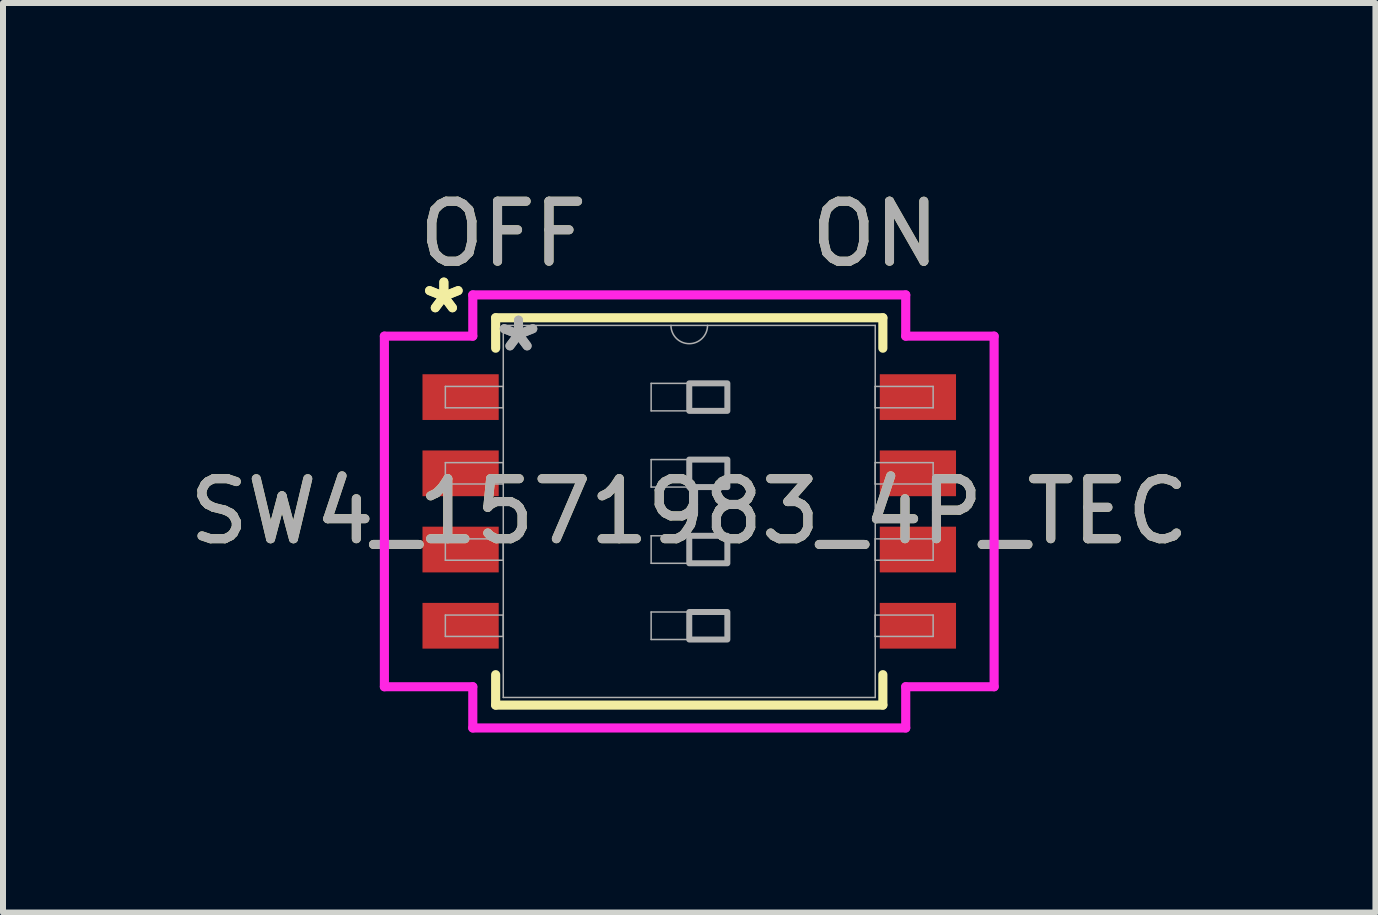
<source format=kicad_pcb>
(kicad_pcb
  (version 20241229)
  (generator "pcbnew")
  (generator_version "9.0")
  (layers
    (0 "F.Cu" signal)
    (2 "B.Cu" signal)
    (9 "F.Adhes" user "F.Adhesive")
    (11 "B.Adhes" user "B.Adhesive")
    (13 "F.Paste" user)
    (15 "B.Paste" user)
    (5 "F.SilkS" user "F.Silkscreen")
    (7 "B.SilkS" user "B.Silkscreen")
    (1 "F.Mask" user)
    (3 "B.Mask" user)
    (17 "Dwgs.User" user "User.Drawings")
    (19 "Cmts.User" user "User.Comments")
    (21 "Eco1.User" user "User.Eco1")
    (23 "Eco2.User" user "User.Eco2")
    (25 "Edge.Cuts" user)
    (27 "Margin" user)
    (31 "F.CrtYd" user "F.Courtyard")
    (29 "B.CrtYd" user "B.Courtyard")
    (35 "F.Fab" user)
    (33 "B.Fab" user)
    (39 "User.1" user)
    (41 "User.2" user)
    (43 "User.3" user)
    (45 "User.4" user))
  (footprint "SW4_1571983_4P_TEC"
    (layer "F.Cu")
    (at 8.435 5.472)
    (property "Reference" "SW4_1571983_4P_TEC" (at 0 0 0) (unlocked yes) (layer "F.SilkS") (effects (font (size 1 1) (thickness 0.15))))
    (attr smd)
    (fp_line (start -3.226 -3.227) (end -3.226 -2.72) (stroke (width 0.152) (type solid)) (layer "F.SilkS"))
    (fp_line (start -3.226 2.72) (end -3.226 3.227) (stroke (width 0.152) (type solid)) (layer "F.SilkS"))
    (fp_line (start -3.226 3.227) (end 3.226 3.227) (stroke (width 0.152) (type solid)) (layer "F.SilkS"))
    (fp_line (start 3.226 -3.227) (end -3.226 -3.227) (stroke (width 0.152) (type solid)) (layer "F.SilkS"))
    (fp_line (start 3.226 -2.72) (end 3.226 -3.227) (stroke (width 0.152) (type solid)) (layer "F.SilkS"))
    (fp_line (start 3.226 3.227) (end 3.226 2.72) (stroke (width 0.152) (type solid)) (layer "F.SilkS"))
    (fp_line (start -5.08 -2.921) (end -3.607 -2.921) (stroke (width 0.152) (type solid)) (layer "F.CrtYd"))
    (fp_line (start -5.08 2.921) (end -5.08 -2.921) (stroke (width 0.152) (type solid)) (layer "F.CrtYd"))
    (fp_line (start -3.607 -3.608) (end 3.607 -3.608) (stroke (width 0.152) (type solid)) (layer "F.CrtYd"))
    (fp_line (start -3.607 -2.921) (end -3.607 -3.608) (stroke (width 0.152) (type solid)) (layer "F.CrtYd"))
    (fp_line (start -3.607 2.921) (end -5.08 2.921) (stroke (width 0.152) (type solid)) (layer "F.CrtYd"))
    (fp_line (start -3.607 3.608) (end -3.607 2.921) (stroke (width 0.152) (type solid)) (layer "F.CrtYd"))
    (fp_line (start 3.607 -3.608) (end 3.607 -2.921) (stroke (width 0.152) (type solid)) (layer "F.CrtYd"))
    (fp_line (start 3.607 -2.921) (end 5.08 -2.921) (stroke (width 0.152) (type solid)) (layer "F.CrtYd"))
    (fp_line (start 3.607 2.921) (end 3.607 3.608) (stroke (width 0.152) (type solid)) (layer "F.CrtYd"))
    (fp_line (start 3.607 3.608) (end -3.607 3.608) (stroke (width 0.152) (type solid)) (layer "F.CrtYd"))
    (fp_line (start 5.08 -2.921) (end 5.08 2.921) (stroke (width 0.152) (type solid)) (layer "F.CrtYd"))
    (fp_line (start 5.08 2.921) (end 3.607 2.921) (stroke (width 0.152) (type solid)) (layer "F.CrtYd"))
    (fp_line (start -4.064 -2.083) (end -4.064 -1.727) (stroke (width 0.025) (type solid)) (layer "F.Fab"))
    (fp_line (start -4.064 -1.727) (end -3.099 -1.727) (stroke (width 0.025) (type solid)) (layer "F.Fab"))
    (fp_line (start -4.064 -0.813) (end -4.064 -0.457) (stroke (width 0.025) (type solid)) (layer "F.Fab"))
    (fp_line (start -4.064 -0.457) (end -3.099 -0.457) (stroke (width 0.025) (type solid)) (layer "F.Fab"))
    (fp_line (start -4.064 0.457) (end -4.064 0.813) (stroke (width 0.025) (type solid)) (layer "F.Fab"))
    (fp_line (start -4.064 0.813) (end -3.099 0.813) (stroke (width 0.025) (type solid)) (layer "F.Fab"))
    (fp_line (start -4.064 1.727) (end -4.064 2.083) (stroke (width 0.025) (type solid)) (layer "F.Fab"))
    (fp_line (start -4.064 2.083) (end -3.099 2.083) (stroke (width 0.025) (type solid)) (layer "F.Fab"))
    (fp_line (start -3.099 -3.1) (end -3.099 3.1) (stroke (width 0.025) (type solid)) (layer "F.Fab"))
    (fp_line (start -3.099 -2.083) (end -4.064 -2.083) (stroke (width 0.025) (type solid)) (layer "F.Fab"))
    (fp_line (start -3.099 -1.727) (end -3.099 -2.083) (stroke (width 0.025) (type solid)) (layer "F.Fab"))
    (fp_line (start -3.099 -0.813) (end -4.064 -0.813) (stroke (width 0.025) (type solid)) (layer "F.Fab"))
    (fp_line (start -3.099 -0.457) (end -3.099 -0.813) (stroke (width 0.025) (type solid)) (layer "F.Fab"))
    (fp_line (start -3.099 0.457) (end -4.064 0.457) (stroke (width 0.025) (type solid)) (layer "F.Fab"))
    (fp_line (start -3.099 0.813) (end -3.099 0.457) (stroke (width 0.025) (type solid)) (layer "F.Fab"))
    (fp_line (start -3.099 1.727) (end -4.064 1.727) (stroke (width 0.025) (type solid)) (layer "F.Fab"))
    (fp_line (start -3.099 2.083) (end -3.099 1.727) (stroke (width 0.025) (type solid)) (layer "F.Fab"))
    (fp_line (start -3.099 3.1) (end 3.099 3.1) (stroke (width 0.025) (type solid)) (layer "F.Fab"))
    (fp_line (start -0.635 -2.134) (end 0.635 -2.134) (stroke (width 0.025) (type solid)) (layer "F.Fab"))
    (fp_line (start -0.635 -1.676) (end -0.635 -2.134) (stroke (width 0.025) (type solid)) (layer "F.Fab"))
    (fp_line (start -0.635 -0.864) (end 0.635 -0.864) (stroke (width 0.025) (type solid)) (layer "F.Fab"))
    (fp_line (start -0.635 -0.406) (end -0.635 -0.864) (stroke (width 0.025) (type solid)) (layer "F.Fab"))
    (fp_line (start -0.635 0.406) (end 0.635 0.406) (stroke (width 0.025) (type solid)) (layer "F.Fab"))
    (fp_line (start -0.635 0.864) (end -0.635 0.406) (stroke (width 0.025) (type solid)) (layer "F.Fab"))
    (fp_line (start -0.635 1.676) (end 0.635 1.676) (stroke (width 0.025) (type solid)) (layer "F.Fab"))
    (fp_line (start -0.635 2.134) (end -0.635 1.676) (stroke (width 0.025) (type solid)) (layer "F.Fab"))
    (fp_line (start 0.635 -2.134) (end 0.635 -1.676) (stroke (width 0.025) (type solid)) (layer "F.Fab"))
    (fp_line (start 0.635 -1.676) (end -0.635 -1.676) (stroke (width 0.025) (type solid)) (layer "F.Fab"))
    (fp_line (start 0.635 -0.864) (end 0.635 -0.406) (stroke (width 0.025) (type solid)) (layer "F.Fab"))
    (fp_line (start 0.635 -0.406) (end -0.635 -0.406) (stroke (width 0.025) (type solid)) (layer "F.Fab"))
    (fp_line (start 0.635 0.406) (end 0.635 0.864) (stroke (width 0.025) (type solid)) (layer "F.Fab"))
    (fp_line (start 0.635 0.864) (end -0.635 0.864) (stroke (width 0.025) (type solid)) (layer "F.Fab"))
    (fp_line (start 0.635 1.676) (end 0.635 2.134) (stroke (width 0.025) (type solid)) (layer "F.Fab"))
    (fp_line (start 0.635 2.134) (end -0.635 2.134) (stroke (width 0.025) (type solid)) (layer "F.Fab"))
    (fp_line (start 3.099 -3.1) (end -3.099 -3.1) (stroke (width 0.025) (type solid)) (layer "F.Fab"))
    (fp_line (start 3.099 -2.083) (end 3.099 -1.727) (stroke (width 0.025) (type solid)) (layer "F.Fab"))
    (fp_line (start 3.099 -1.727) (end 4.064 -1.727) (stroke (width 0.025) (type solid)) (layer "F.Fab"))
    (fp_line (start 3.099 -0.813) (end 3.099 -0.457) (stroke (width 0.025) (type solid)) (layer "F.Fab"))
    (fp_line (start 3.099 -0.457) (end 4.064 -0.457) (stroke (width 0.025) (type solid)) (layer "F.Fab"))
    (fp_line (start 3.099 0.457) (end 3.099 0.813) (stroke (width 0.025) (type solid)) (layer "F.Fab"))
    (fp_line (start 3.099 0.813) (end 4.064 0.813) (stroke (width 0.025) (type solid)) (layer "F.Fab"))
    (fp_line (start 3.099 1.727) (end 3.099 2.083) (stroke (width 0.025) (type solid)) (layer "F.Fab"))
    (fp_line (start 3.099 2.083) (end 4.064 2.083) (stroke (width 0.025) (type solid)) (layer "F.Fab"))
    (fp_line (start 3.099 3.1) (end 3.099 -3.1) (stroke (width 0.025) (type solid)) (layer "F.Fab"))
    (fp_line (start 4.064 -2.083) (end 3.099 -2.083) (stroke (width 0.025) (type solid)) (layer "F.Fab"))
    (fp_line (start 4.064 -1.727) (end 4.064 -2.083) (stroke (width 0.025) (type solid)) (layer "F.Fab"))
    (fp_line (start 4.064 -0.813) (end 3.099 -0.813) (stroke (width 0.025) (type solid)) (layer "F.Fab"))
    (fp_line (start 4.064 -0.457) (end 4.064 -0.813) (stroke (width 0.025) (type solid)) (layer "F.Fab"))
    (fp_line (start 4.064 0.457) (end 3.099 0.457) (stroke (width 0.025) (type solid)) (layer "F.Fab"))
    (fp_line (start 4.064 0.813) (end 4.064 0.457) (stroke (width 0.025) (type solid)) (layer "F.Fab"))
    (fp_line (start 4.064 1.727) (end 3.099 1.727) (stroke (width 0.025) (type solid)) (layer "F.Fab"))
    (fp_line (start 4.064 2.083) (end 4.064 1.727) (stroke (width 0.025) (type solid)) (layer "F.Fab"))
    (fp_arc (start 0.3048 -3.099999) (mid 0 -2.795199) (end -0.3048 -3.099999) (stroke (width 0.0254) (type solid)) (layer "F.Fab"))
    (fp_poly (pts (xy 0 -2.134) (xy 0.635 -2.134) (xy 0.635 -1.676) (xy 0 -1.676)) (stroke (width 0.1) (type solid)) (fill no) (layer "F.Fab"))
    (fp_poly (pts (xy 0 -0.864) (xy 0.635 -0.864) (xy 0.635 -0.406) (xy 0 -0.406)) (stroke (width 0.1) (type solid)) (fill no) (layer "F.Fab"))
    (fp_poly (pts (xy 0 0.406) (xy 0.635 0.406) (xy 0.635 0.864) (xy 0 0.864)) (stroke (width 0.1) (type solid)) (fill no) (layer "F.Fab"))
    (fp_poly (pts (xy 0 1.676) (xy 0.635 1.676) (xy 0.635 2.134) (xy 0 2.134)) (stroke (width 0.1) (type solid)) (fill no) (layer "F.Fab"))
    (fp_text user "ON" (at 3.099 -4.624 0) (unlocked yes) (layer "F.SilkS") (effects (font (size 1 1) (thickness 0.15))))
    (fp_text user "*" (at -4.089 -3.277 0) (unlocked yes) (layer "F.SilkS") (effects (font (size 1 1) (thickness 0.15))))
    (fp_text user "*" (at -4.089 -3.277 0) (layer "F.SilkS") (effects (font (size 1 1) (thickness 0.15))))
    (fp_text user "OFF" (at -3.099 -4.624 0) (unlocked yes) (layer "F.SilkS") (effects (font (size 1 1) (thickness 0.15))))
    (fp_text user "OFF" (at -3.099 -4.624 0) (unlocked yes) (layer "F.Fab") (effects (font (size 1 1) (thickness 0.15))))
    (fp_text user "${REFERENCE}" (at 0 0 0) (unlocked yes) (layer "F.Fab") (effects (font (size 1 1) (thickness 0.15))))
    (fp_text user "*" (at -2.845 -2.642 0) (layer "F.Fab") (effects (font (size 1 1) (thickness 0.15))))
    (fp_text user "ON" (at 3.099 -4.624 0) (unlocked yes) (layer "F.Fab") (effects (font (size 1 1) (thickness 0.15))))
    (fp_text user "*" (at -2.845 -2.642 0) (unlocked yes) (layer "F.Fab") (effects (font (size 1 1) (thickness 0.15))))
    (pad "1" smd rect (at -3.81 -1.905) (size 1.27 0.762) (layers "F.Cu" "F.Mask" "F.Paste"))
    (pad "2" smd rect (at -3.81 -0.635) (size 1.27 0.762) (layers "F.Cu" "F.Mask" "F.Paste"))
    (pad "3" smd rect (at -3.81 0.635) (size 1.27 0.762) (layers "F.Cu" "F.Mask" "F.Paste"))
    (pad "4" smd rect (at -3.81 1.905) (size 1.27 0.762) (layers "F.Cu" "F.Mask" "F.Paste"))
    (pad "5" smd rect (at 3.81 1.905) (size 1.27 0.762) (layers "F.Cu" "F.Mask" "F.Paste"))
    (pad "6" smd rect (at 3.81 0.635) (size 1.27 0.762) (layers "F.Cu" "F.Mask" "F.Paste"))
    (pad "7" smd rect (at 3.81 -0.635) (size 1.27 0.762) (layers "F.Cu" "F.Mask" "F.Paste"))
    (pad "8" smd rect (at 3.81 -1.905) (size 1.27 0.762) (layers "F.Cu" "F.Mask" "F.Paste")))
  (gr_rect
    (start -3 -3)
    (end 19.869 12.156)
    (stroke (width 0.1) (type default))
    (fill no)
    (layer "Edge.Cuts")))
</source>
